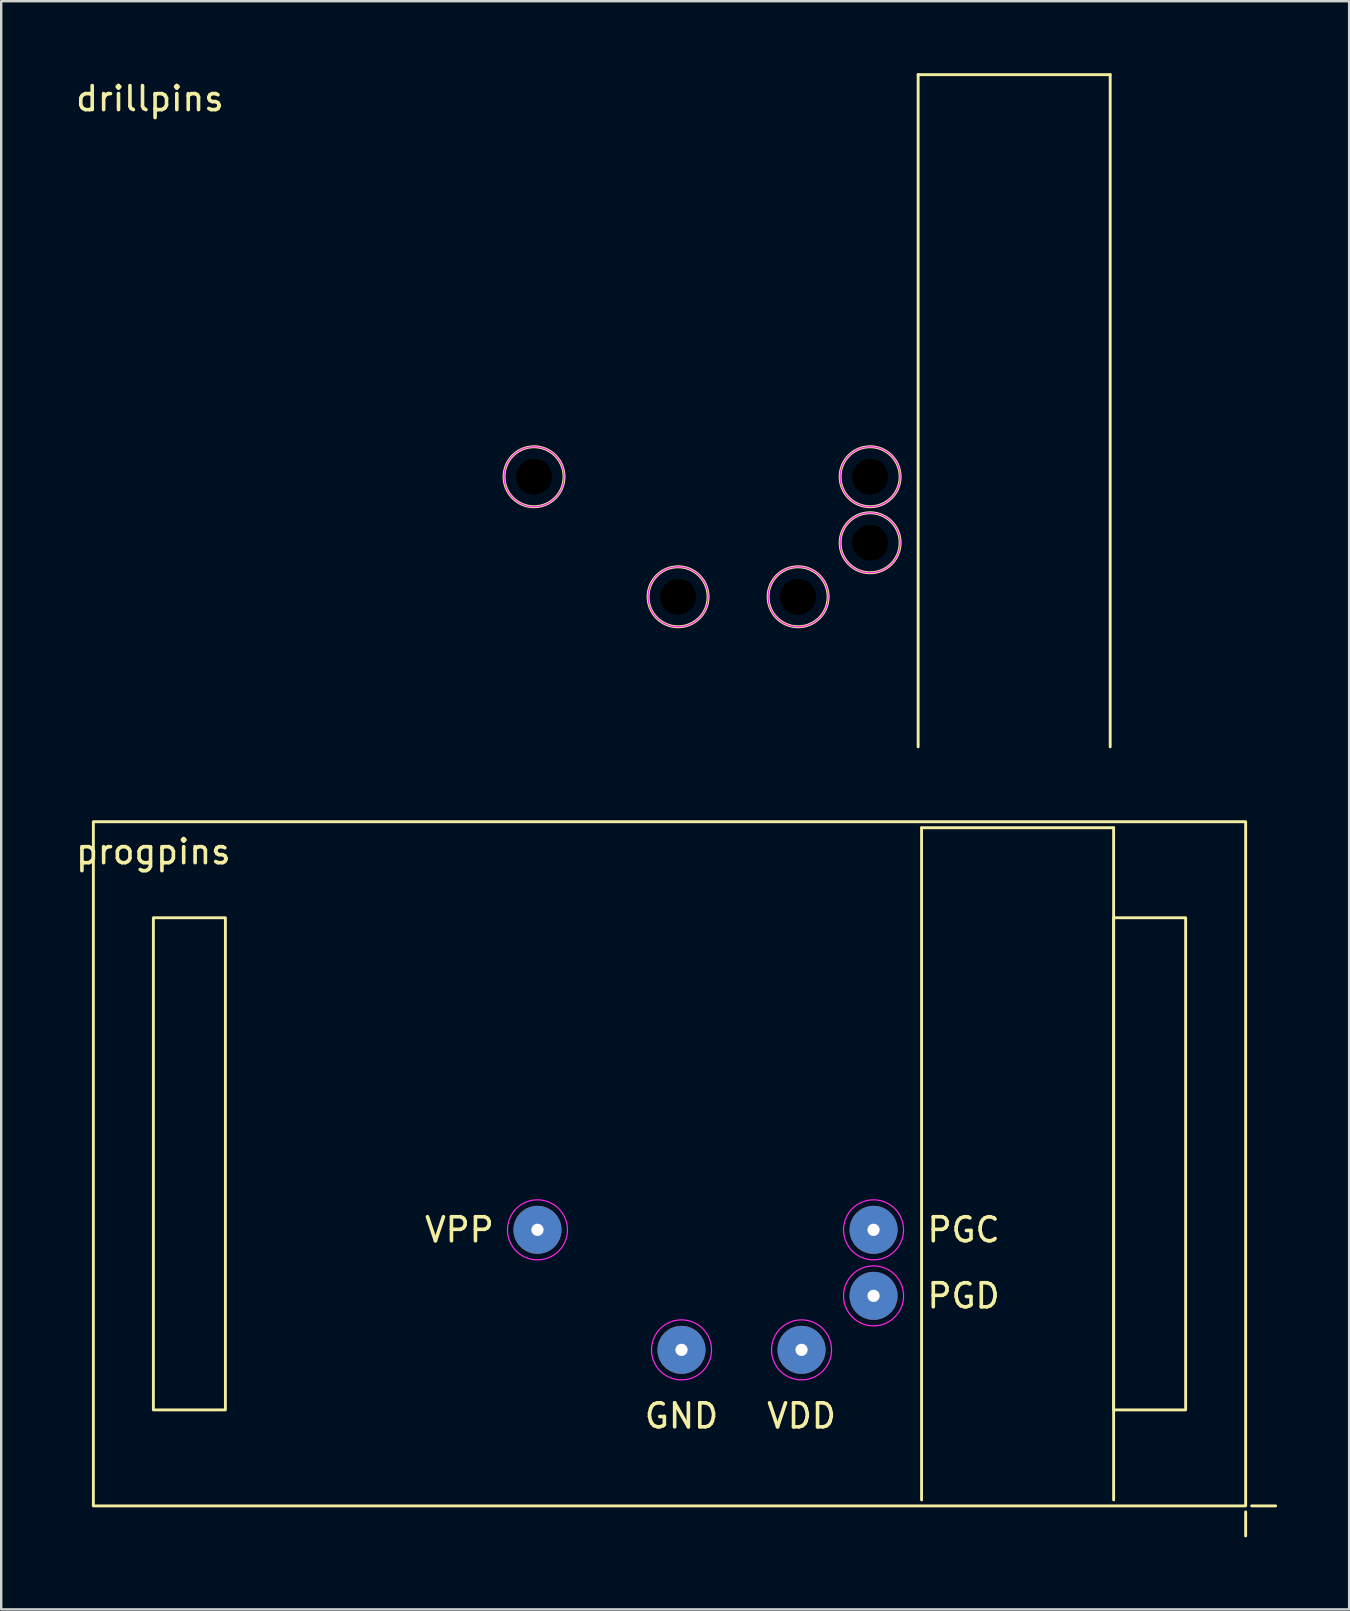
<source format=kicad_pcb>
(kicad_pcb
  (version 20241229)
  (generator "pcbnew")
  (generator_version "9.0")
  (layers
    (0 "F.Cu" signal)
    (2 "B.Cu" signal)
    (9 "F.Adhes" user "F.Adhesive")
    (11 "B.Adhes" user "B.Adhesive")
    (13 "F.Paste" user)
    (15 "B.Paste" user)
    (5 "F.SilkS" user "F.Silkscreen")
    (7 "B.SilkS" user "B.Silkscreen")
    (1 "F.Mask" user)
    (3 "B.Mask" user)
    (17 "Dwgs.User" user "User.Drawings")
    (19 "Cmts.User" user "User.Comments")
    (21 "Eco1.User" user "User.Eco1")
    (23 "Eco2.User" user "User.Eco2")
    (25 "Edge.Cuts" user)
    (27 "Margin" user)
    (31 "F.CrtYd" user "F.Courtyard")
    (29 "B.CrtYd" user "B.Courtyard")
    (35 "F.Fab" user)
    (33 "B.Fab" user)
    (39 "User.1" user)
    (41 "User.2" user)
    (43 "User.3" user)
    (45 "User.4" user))
  (footprint "progpins"
    (layer "F.Cu")
    (at 24.839 45.43)
    (property "Reference" "progpins" (at -21.5 -13 0) (unlocked yes) (layer "F.SilkS") (effects (font (size 1 1) (thickness 0.15))))
    (attr through_hole)
    (fp_line (start 10.5 -14) (end 10.5 14) (stroke (width 0.12) (type solid)) (layer "F.SilkS"))
    (fp_line (start 18.5 -14) (end 10.5 -14) (stroke (width 0.12) (type solid)) (layer "F.SilkS"))
    (fp_line (start 18.5 14) (end 18.5 -14) (stroke (width 0.12) (type solid)) (layer "F.SilkS"))
    (fp_line (start 24 14.5) (end 24 15.5) (stroke (width 0.12) (type solid)) (layer "F.SilkS"))
    (fp_line (start 24.25 14.25) (end 25.25 14.25) (stroke (width 0.12) (type solid)) (layer "F.SilkS"))
    (fp_rect (start -24 -14.25) (end 24 14.25) (stroke (width 0.12) (type solid)) (fill no) (layer "F.SilkS"))
    (fp_rect (start -21.5 -10.25) (end -18.5 10.25) (stroke (width 0.12) (type solid)) (fill no) (layer "F.SilkS"))
    (fp_rect (start 18.5 -10.25) (end 21.5 10.25) (stroke (width 0.12) (type solid)) (fill no) (layer "F.SilkS"))
    (fp_circle (center -5.5 2.75) (end -4.25 2.75) (stroke (width 0.05) (type solid)) (fill no) (layer "F.CrtYd"))
    (fp_circle (center 0.5 7.75) (end 1.75 7.75) (stroke (width 0.05) (type solid)) (fill no) (layer "F.CrtYd"))
    (fp_circle (center 5.5 7.75) (end 6.75 7.75) (stroke (width 0.05) (type solid)) (fill no) (layer "F.CrtYd"))
    (fp_circle (center 8.5 2.75) (end 9.75 2.75) (stroke (width 0.05) (type solid)) (fill no) (layer "F.CrtYd"))
    (fp_circle (center 8.5 5.5) (end 9.75 5.5) (stroke (width 0.05) (type solid)) (fill no) (layer "F.CrtYd"))
    (fp_text user "PGC" (at 12.25 2.75 0) (unlocked yes) (layer "F.SilkS") (effects (font (size 1 1) (thickness 0.15))))
    (fp_text user "VDD" (at 5.5 10.5 0) (unlocked yes) (layer "F.SilkS") (effects (font (size 1 1) (thickness 0.15))))
    (fp_text user "PGD" (at 12.25 5.5 0) (unlocked yes) (layer "F.SilkS") (effects (font (size 1 1) (thickness 0.15))))
    (fp_text user "VPP" (at -8.75 2.75 0) (unlocked yes) (layer "F.SilkS") (effects (font (size 1 1) (thickness 0.15))))
    (fp_text user "GND" (at 0.5 10.5 0) (unlocked yes) (layer "F.SilkS") (effects (font (size 1 1) (thickness 0.15))))
    (pad "1" thru_hole circle (at -5.5 2.75) (size 2 2) (drill 0.508) (layers "*.Cu" "*.Mask"))
    (pad "2" thru_hole circle (at 5.5 7.75) (size 2 2) (drill 0.508) (layers "*.Cu" "*.Mask"))
    (pad "3" thru_hole circle (at 0.5 7.75) (size 2 2) (drill 0.508) (layers "*.Cu" "*.Mask"))
    (pad "4" thru_hole circle (at 8.5 5.5) (size 2 2) (drill 0.508) (layers "*.Cu" "*.Mask"))
    (pad "5" thru_hole circle (at 8.5 2.75) (size 2 2) (drill 0.508) (layers "*.Cu" "*.Mask")))
  (footprint "drillpins"
    (layer "F.Cu")
    (at 24.696 14.06)
    (property "Reference" "drillpins" (at -21.5 -13 0) (unlocked yes) (layer "F.SilkS") (effects (font (size 1 1) (thickness 0.15))))
    (attr through_hole)
    (fp_line (start 10.5 -14) (end 10.5 14) (stroke (width 0.12) (type solid)) (layer "F.SilkS"))
    (fp_line (start 18.5 -14) (end 10.5 -14) (stroke (width 0.12) (type solid)) (layer "F.SilkS"))
    (fp_line (start 18.5 14) (end 18.5 -14) (stroke (width 0.12) (type solid)) (layer "F.SilkS"))
    (fp_circle (center -5.5 2.75) (end -4.25 2.75) (stroke (width 0.12) (type solid)) (fill no) (layer "F.SilkS"))
    (fp_circle (center 0.5 7.75) (end 1.75 7.75) (stroke (width 0.12) (type solid)) (fill no) (layer "F.SilkS"))
    (fp_circle (center 5.5 7.75) (end 6.75 7.75) (stroke (width 0.12) (type solid)) (fill no) (layer "F.SilkS"))
    (fp_circle (center 8.5 2.75) (end 9.75 2.75) (stroke (width 0.12) (type solid)) (fill no) (layer "F.SilkS"))
    (fp_circle (center 8.5 5.5) (end 9.75 5.5) (stroke (width 0.12) (type solid)) (fill no) (layer "F.SilkS"))
    (fp_circle (center -5.5 2.75) (end -4.25 2.75) (stroke (width 0.05) (type solid)) (fill no) (layer "F.CrtYd"))
    (fp_circle (center 0.5 7.75) (end 1.75 7.75) (stroke (width 0.05) (type solid)) (fill no) (layer "F.CrtYd"))
    (fp_circle (center 5.5 7.75) (end 6.75 7.75) (stroke (width 0.05) (type solid)) (fill no) (layer "F.CrtYd"))
    (fp_circle (center 8.5 2.75) (end 9.75 2.75) (stroke (width 0.05) (type solid)) (fill no) (layer "F.CrtYd"))
    (fp_circle (center 8.5 5.5) (end 9.75 5.5) (stroke (width 0.05) (type solid)) (fill no) (layer "F.CrtYd"))
    (pad "" np_thru_hole circle (at -5.5 2.75) (size 1.5 1.5) (drill 1.5) (layers "*.Mask"))
    (pad "" np_thru_hole circle (at 0.5 7.75) (size 1.5 1.5) (drill 1.5) (layers "*.Mask"))
    (pad "" np_thru_hole circle (at 5.5 7.75) (size 1.5 1.5) (drill 1.5) (layers "*.Mask"))
    (pad "" np_thru_hole circle (at 8.5 2.75) (size 1.5 1.5) (drill 1.5) (layers "*.Mask"))
    (pad "" np_thru_hole circle (at 8.5 5.5) (size 1.5 1.5) (drill 1.5) (layers "*.Mask")))
  (gr_rect
    (start -3 -3)
    (end 53.149 63.99)
    (stroke (width 0.1) (type default))
    (fill no)
    (layer "Edge.Cuts")))
</source>
